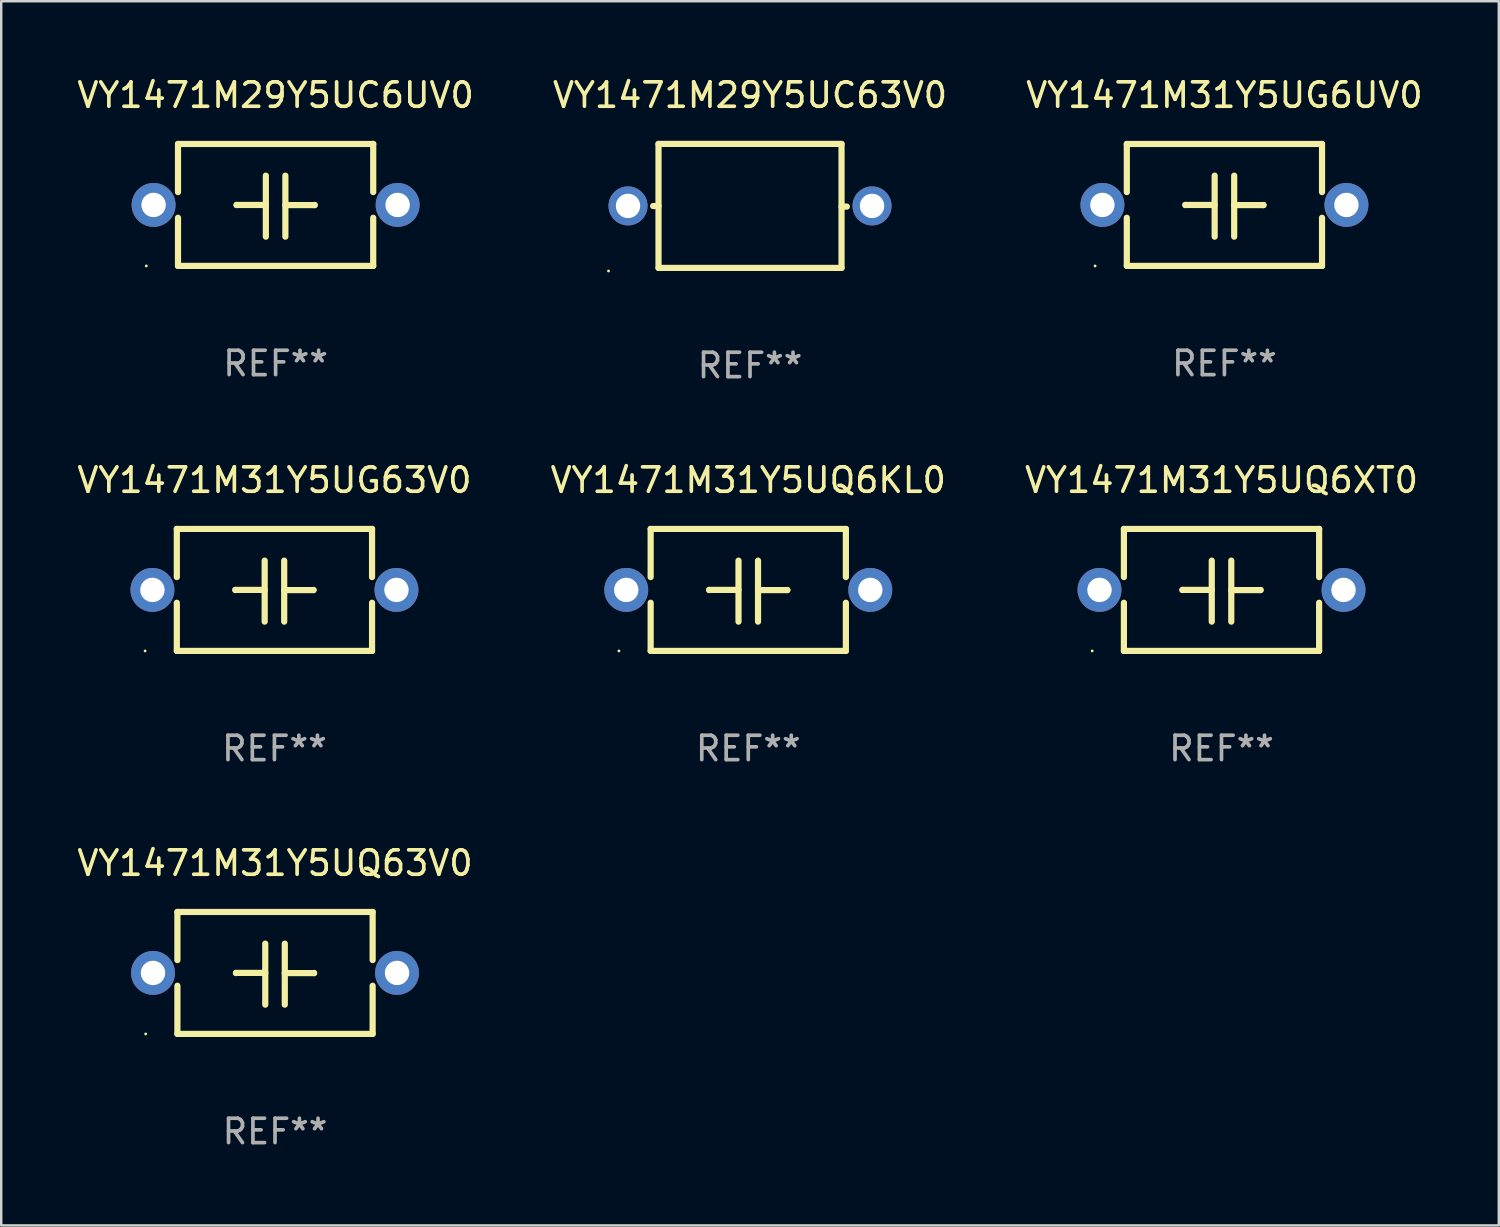
<source format=kicad_pcb>
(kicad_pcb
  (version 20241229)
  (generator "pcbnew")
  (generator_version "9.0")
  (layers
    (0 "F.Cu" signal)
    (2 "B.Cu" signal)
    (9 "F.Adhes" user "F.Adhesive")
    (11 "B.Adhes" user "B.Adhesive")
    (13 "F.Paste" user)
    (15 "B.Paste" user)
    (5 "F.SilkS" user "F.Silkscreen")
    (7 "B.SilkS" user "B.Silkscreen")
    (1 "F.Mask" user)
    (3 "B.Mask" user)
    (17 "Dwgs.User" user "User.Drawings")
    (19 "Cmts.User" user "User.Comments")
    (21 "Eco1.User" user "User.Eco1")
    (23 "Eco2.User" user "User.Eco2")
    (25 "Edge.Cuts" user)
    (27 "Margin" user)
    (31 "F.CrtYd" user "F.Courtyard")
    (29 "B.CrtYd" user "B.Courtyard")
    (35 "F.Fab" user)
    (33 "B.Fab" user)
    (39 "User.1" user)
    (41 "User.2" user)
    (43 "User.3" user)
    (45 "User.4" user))
  (footprint "VY1471M31Y5UQ6KL0"
    (layer "F.Cu")
    (at 27.613 21.124)
    (property "Reference" "VY1471M31Y5UQ6KL0" (at 0 -4.499 0) (layer "F.SilkS") (effects (font (size 1 1) (thickness 0.15))))
    (attr through_hole)
    (fp_line (start -4 -2.499) (end -4 -0.526) (stroke (width 0.254) (type solid)) (layer "F.SilkS"))
    (fp_line (start -4 -2.499) (end 4 -2.499) (stroke (width 0.254) (type solid)) (layer "F.SilkS"))
    (fp_line (start -4 0.526) (end -4 2.499) (stroke (width 0.254) (type solid)) (layer "F.SilkS"))
    (fp_line (start -1.6 0) (end -1.6 0.007) (stroke (width 0.254) (type solid)) (layer "F.SilkS"))
    (fp_line (start -0.4 0) (end -1.6 0) (stroke (width 0.254) (type solid)) (layer "F.SilkS"))
    (fp_line (start -0.4 1.3) (end -0.4 -1.2) (stroke (width 0.254) (type solid)) (layer "F.SilkS"))
    (fp_line (start 0.4 -1.2) (end 0.4 1.3) (stroke (width 0.254) (type solid)) (layer "F.SilkS"))
    (fp_line (start 0.4 0.007) (end 1.6 0.007) (stroke (width 0.254) (type solid)) (layer "F.SilkS"))
    (fp_line (start 1.6 0.007) (end 1.6 0) (stroke (width 0.254) (type solid)) (layer "F.SilkS"))
    (fp_line (start 4 -2.499) (end 4 -0.526) (stroke (width 0.254) (type solid)) (layer "F.SilkS"))
    (fp_line (start 4 0.526) (end 4 2.499) (stroke (width 0.254) (type solid)) (layer "F.SilkS"))
    (fp_line (start 4 2.499) (end -4 2.499) (stroke (width 0.254) (type solid)) (layer "F.SilkS"))
    (fp_circle (center -5.3 2.5) (end -5.27 2.5) (stroke (width 0.06) (type solid)) (fill no) (layer "F.SilkS"))
    (fp_text user "REF**" (at 0 6.499 0) (layer "F.Fab") (effects (font (size 1 1) (thickness 0.15))))
    (pad "1" thru_hole circle (at -5 0) (size 1.8 1.8) (drill 1) (layers "*.Cu" "*.Mask"))
    (pad "2" thru_hole circle (at 5 0) (size 1.8 1.8) (drill 1) (layers "*.Cu" "*.Mask")))
  (footprint "VY1471M31Y5UG63V0"
    (layer "F.Cu")
    (at 8.196 21.124)
    (property "Reference" "VY1471M31Y5UG63V0" (at 0 -4.499 0) (layer "F.SilkS") (effects (font (size 1 1) (thickness 0.15))))
    (attr through_hole)
    (fp_line (start -4 -2.499) (end -4 -0.526) (stroke (width 0.254) (type solid)) (layer "F.SilkS"))
    (fp_line (start -4 -2.499) (end 4 -2.499) (stroke (width 0.254) (type solid)) (layer "F.SilkS"))
    (fp_line (start -4 0.526) (end -4 2.499) (stroke (width 0.254) (type solid)) (layer "F.SilkS"))
    (fp_line (start -1.6 0) (end -1.6 0.007) (stroke (width 0.254) (type solid)) (layer "F.SilkS"))
    (fp_line (start -0.4 0) (end -1.6 0) (stroke (width 0.254) (type solid)) (layer "F.SilkS"))
    (fp_line (start -0.4 1.3) (end -0.4 -1.2) (stroke (width 0.254) (type solid)) (layer "F.SilkS"))
    (fp_line (start 0.4 -1.2) (end 0.4 1.3) (stroke (width 0.254) (type solid)) (layer "F.SilkS"))
    (fp_line (start 0.4 0.007) (end 1.6 0.007) (stroke (width 0.254) (type solid)) (layer "F.SilkS"))
    (fp_line (start 1.6 0.007) (end 1.6 0) (stroke (width 0.254) (type solid)) (layer "F.SilkS"))
    (fp_line (start 4 -2.499) (end 4 -0.526) (stroke (width 0.254) (type solid)) (layer "F.SilkS"))
    (fp_line (start 4 0.526) (end 4 2.499) (stroke (width 0.254) (type solid)) (layer "F.SilkS"))
    (fp_line (start 4 2.499) (end -4 2.499) (stroke (width 0.254) (type solid)) (layer "F.SilkS"))
    (fp_circle (center -5.3 2.5) (end -5.27 2.5) (stroke (width 0.06) (type solid)) (fill no) (layer "F.SilkS"))
    (fp_text user "REF**" (at 0 6.499 0) (layer "F.Fab") (effects (font (size 1 1) (thickness 0.15))))
    (pad "1" thru_hole circle (at -5 0) (size 1.8 1.8) (drill 1) (layers "*.Cu" "*.Mask"))
    (pad "2" thru_hole circle (at 5 0) (size 1.8 1.8) (drill 1) (layers "*.Cu" "*.Mask")))
  (footprint "VY1471M31Y5UG6UV0"
    (layer "F.Cu")
    (at 47.125 5.348)
    (property "Reference" "VY1471M31Y5UG6UV0" (at 0 -4.499 0) (layer "F.SilkS") (effects (font (size 1 1) (thickness 0.15))))
    (attr through_hole)
    (fp_line (start -4 -2.499) (end -4 -0.526) (stroke (width 0.254) (type solid)) (layer "F.SilkS"))
    (fp_line (start -4 -2.499) (end 4 -2.499) (stroke (width 0.254) (type solid)) (layer "F.SilkS"))
    (fp_line (start -4 0.526) (end -4 2.499) (stroke (width 0.254) (type solid)) (layer "F.SilkS"))
    (fp_line (start -1.6 0) (end -1.6 0.007) (stroke (width 0.254) (type solid)) (layer "F.SilkS"))
    (fp_line (start -0.4 0) (end -1.6 0) (stroke (width 0.254) (type solid)) (layer "F.SilkS"))
    (fp_line (start -0.4 1.3) (end -0.4 -1.2) (stroke (width 0.254) (type solid)) (layer "F.SilkS"))
    (fp_line (start 0.4 -1.2) (end 0.4 1.3) (stroke (width 0.254) (type solid)) (layer "F.SilkS"))
    (fp_line (start 0.4 0.007) (end 1.6 0.007) (stroke (width 0.254) (type solid)) (layer "F.SilkS"))
    (fp_line (start 1.6 0.007) (end 1.6 0) (stroke (width 0.254) (type solid)) (layer "F.SilkS"))
    (fp_line (start 4 -2.499) (end 4 -0.526) (stroke (width 0.254) (type solid)) (layer "F.SilkS"))
    (fp_line (start 4 0.526) (end 4 2.499) (stroke (width 0.254) (type solid)) (layer "F.SilkS"))
    (fp_line (start 4 2.499) (end -4 2.499) (stroke (width 0.254) (type solid)) (layer "F.SilkS"))
    (fp_circle (center -5.3 2.5) (end -5.27 2.5) (stroke (width 0.06) (type solid)) (fill no) (layer "F.SilkS"))
    (fp_text user "REF**" (at 0 6.499 0) (layer "F.Fab") (effects (font (size 1 1) (thickness 0.15))))
    (pad "1" thru_hole circle (at -5 0) (size 1.8 1.8) (drill 1) (layers "*.Cu" "*.Mask"))
    (pad "2" thru_hole circle (at 5 0) (size 1.8 1.8) (drill 1) (layers "*.Cu" "*.Mask")))
  (footprint "VY1471M29Y5UC63V0"
    (layer "F.Cu")
    (at 27.685 5.388)
    (property "Reference" "VY1471M29Y5UC63V0" (at 0 -4.54 0) (layer "F.SilkS") (effects (font (size 1 1) (thickness 0.15))))
    (attr through_hole)
    (fp_line (start -3.75 -2.54) (end 3.75 -2.54) (stroke (width 0.254) (type solid)) (layer "F.SilkS"))
    (fp_line (start -3.75 0.006) (end -3.969 0.006) (stroke (width 0.254) (type solid)) (layer "F.SilkS"))
    (fp_line (start -3.75 2.54) (end -3.75 -2.54) (stroke (width 0.254) (type solid)) (layer "F.SilkS"))
    (fp_line (start 3.75 -2.54) (end 3.75 2.54) (stroke (width 0.254) (type solid)) (layer "F.SilkS"))
    (fp_line (start 3.75 0.028) (end 3.969 0.028) (stroke (width 0.254) (type solid)) (layer "F.SilkS"))
    (fp_line (start 3.75 2.54) (end -3.75 2.54) (stroke (width 0.254) (type solid)) (layer "F.SilkS"))
    (fp_circle (center -5.8 2.667) (end -5.77 2.667) (stroke (width 0.06) (type solid)) (fill no) (layer "F.SilkS"))
    (fp_text user "REF**" (at 0 6.54 0) (layer "F.Fab") (effects (font (size 1 1) (thickness 0.15))))
    (pad "1" thru_hole circle (at -5 0) (size 1.6 1.6) (drill 1) (layers "*.Cu" "*.Mask"))
    (pad "2" thru_hole circle (at 5 0) (size 1.6 1.6) (drill 1) (layers "*.Cu" "*.Mask")))
  (footprint "VY1471M29Y5UC6UV0"
    (layer "F.Cu")
    (at 8.244 5.348)
    (property "Reference" "VY1471M29Y5UC6UV0" (at 0 -4.499 0) (layer "F.SilkS") (effects (font (size 1 1) (thickness 0.15))))
    (attr through_hole)
    (fp_line (start -4 -2.499) (end -4 -0.526) (stroke (width 0.254) (type solid)) (layer "F.SilkS"))
    (fp_line (start -4 -2.499) (end 4 -2.499) (stroke (width 0.254) (type solid)) (layer "F.SilkS"))
    (fp_line (start -4 0.526) (end -4 2.499) (stroke (width 0.254) (type solid)) (layer "F.SilkS"))
    (fp_line (start -1.6 0) (end -1.6 0.007) (stroke (width 0.254) (type solid)) (layer "F.SilkS"))
    (fp_line (start -0.4 0) (end -1.6 0) (stroke (width 0.254) (type solid)) (layer "F.SilkS"))
    (fp_line (start -0.4 1.3) (end -0.4 -1.2) (stroke (width 0.254) (type solid)) (layer "F.SilkS"))
    (fp_line (start 0.4 -1.2) (end 0.4 1.3) (stroke (width 0.254) (type solid)) (layer "F.SilkS"))
    (fp_line (start 0.4 0.007) (end 1.6 0.007) (stroke (width 0.254) (type solid)) (layer "F.SilkS"))
    (fp_line (start 1.6 0.007) (end 1.6 0) (stroke (width 0.254) (type solid)) (layer "F.SilkS"))
    (fp_line (start 4 -2.499) (end 4 -0.526) (stroke (width 0.254) (type solid)) (layer "F.SilkS"))
    (fp_line (start 4 0.526) (end 4 2.499) (stroke (width 0.254) (type solid)) (layer "F.SilkS"))
    (fp_line (start 4 2.499) (end -4 2.499) (stroke (width 0.254) (type solid)) (layer "F.SilkS"))
    (fp_circle (center -5.3 2.5) (end -5.27 2.5) (stroke (width 0.06) (type solid)) (fill no) (layer "F.SilkS"))
    (fp_text user "REF**" (at 0 6.499 0) (layer "F.Fab") (effects (font (size 1 1) (thickness 0.15))))
    (pad "1" thru_hole circle (at -5 0) (size 1.8 1.8) (drill 1) (layers "*.Cu" "*.Mask"))
    (pad "2" thru_hole circle (at 5 0) (size 1.8 1.8) (drill 1) (layers "*.Cu" "*.Mask")))
  (footprint "VY1471M31Y5UQ63V0"
    (layer "F.Cu")
    (at 8.22 36.819)
    (property "Reference" "VY1471M31Y5UQ63V0" (at 0 -4.499 0) (layer "F.SilkS") (effects (font (size 1 1) (thickness 0.15))))
    (attr through_hole)
    (fp_line (start -4 -2.499) (end -4 -0.526) (stroke (width 0.254) (type solid)) (layer "F.SilkS"))
    (fp_line (start -4 -2.499) (end 4 -2.499) (stroke (width 0.254) (type solid)) (layer "F.SilkS"))
    (fp_line (start -4 0.526) (end -4 2.499) (stroke (width 0.254) (type solid)) (layer "F.SilkS"))
    (fp_line (start -1.6 0) (end -1.6 0.007) (stroke (width 0.254) (type solid)) (layer "F.SilkS"))
    (fp_line (start -0.4 0) (end -1.6 0) (stroke (width 0.254) (type solid)) (layer "F.SilkS"))
    (fp_line (start -0.4 1.3) (end -0.4 -1.2) (stroke (width 0.254) (type solid)) (layer "F.SilkS"))
    (fp_line (start 0.4 -1.2) (end 0.4 1.3) (stroke (width 0.254) (type solid)) (layer "F.SilkS"))
    (fp_line (start 0.4 0.007) (end 1.6 0.007) (stroke (width 0.254) (type solid)) (layer "F.SilkS"))
    (fp_line (start 1.6 0.007) (end 1.6 0) (stroke (width 0.254) (type solid)) (layer "F.SilkS"))
    (fp_line (start 4 -2.499) (end 4 -0.526) (stroke (width 0.254) (type solid)) (layer "F.SilkS"))
    (fp_line (start 4 0.526) (end 4 2.499) (stroke (width 0.254) (type solid)) (layer "F.SilkS"))
    (fp_line (start 4 2.499) (end -4 2.499) (stroke (width 0.254) (type solid)) (layer "F.SilkS"))
    (fp_circle (center -5.3 2.5) (end -5.27 2.5) (stroke (width 0.06) (type solid)) (fill no) (layer "F.SilkS"))
    (fp_text user "REF**" (at 0 6.499 0) (layer "F.Fab") (effects (font (size 1 1) (thickness 0.15))))
    (pad "1" thru_hole circle (at -5 0) (size 1.8 1.8) (drill 1) (layers "*.Cu" "*.Mask"))
    (pad "2" thru_hole circle (at 5 0) (size 1.8 1.8) (drill 1) (layers "*.Cu" "*.Mask")))
  (footprint "VY1471M31Y5UQ6XT0"
    (layer "F.Cu")
    (at 47.006 21.124)
    (property "Reference" "VY1471M31Y5UQ6XT0" (at 0 -4.499 0) (layer "F.SilkS") (effects (font (size 1 1) (thickness 0.15))))
    (attr through_hole)
    (fp_line (start -4 -2.499) (end -4 -0.526) (stroke (width 0.254) (type solid)) (layer "F.SilkS"))
    (fp_line (start -4 -2.499) (end 4 -2.499) (stroke (width 0.254) (type solid)) (layer "F.SilkS"))
    (fp_line (start -4 0.526) (end -4 2.499) (stroke (width 0.254) (type solid)) (layer "F.SilkS"))
    (fp_line (start -1.6 0) (end -1.6 0.007) (stroke (width 0.254) (type solid)) (layer "F.SilkS"))
    (fp_line (start -0.4 0) (end -1.6 0) (stroke (width 0.254) (type solid)) (layer "F.SilkS"))
    (fp_line (start -0.4 1.3) (end -0.4 -1.2) (stroke (width 0.254) (type solid)) (layer "F.SilkS"))
    (fp_line (start 0.4 -1.2) (end 0.4 1.3) (stroke (width 0.254) (type solid)) (layer "F.SilkS"))
    (fp_line (start 0.4 0.007) (end 1.6 0.007) (stroke (width 0.254) (type solid)) (layer "F.SilkS"))
    (fp_line (start 1.6 0.007) (end 1.6 0) (stroke (width 0.254) (type solid)) (layer "F.SilkS"))
    (fp_line (start 4 -2.499) (end 4 -0.526) (stroke (width 0.254) (type solid)) (layer "F.SilkS"))
    (fp_line (start 4 0.526) (end 4 2.499) (stroke (width 0.254) (type solid)) (layer "F.SilkS"))
    (fp_line (start 4 2.499) (end -4 2.499) (stroke (width 0.254) (type solid)) (layer "F.SilkS"))
    (fp_circle (center -5.3 2.5) (end -5.27 2.5) (stroke (width 0.06) (type solid)) (fill no) (layer "F.SilkS"))
    (fp_text user "REF**" (at 0 6.499 0) (layer "F.Fab") (effects (font (size 1 1) (thickness 0.15))))
    (pad "1" thru_hole circle (at -5 0) (size 1.8 1.8) (drill 1) (layers "*.Cu" "*.Mask"))
    (pad "2" thru_hole circle (at 5 0) (size 1.8 1.8) (drill 1) (layers "*.Cu" "*.Mask")))
  (gr_rect
    (start -3 -3)
    (end 58.369 47.167)
    (stroke (width 0.1) (type default))
    (fill no)
    (layer "Edge.Cuts")))
</source>
